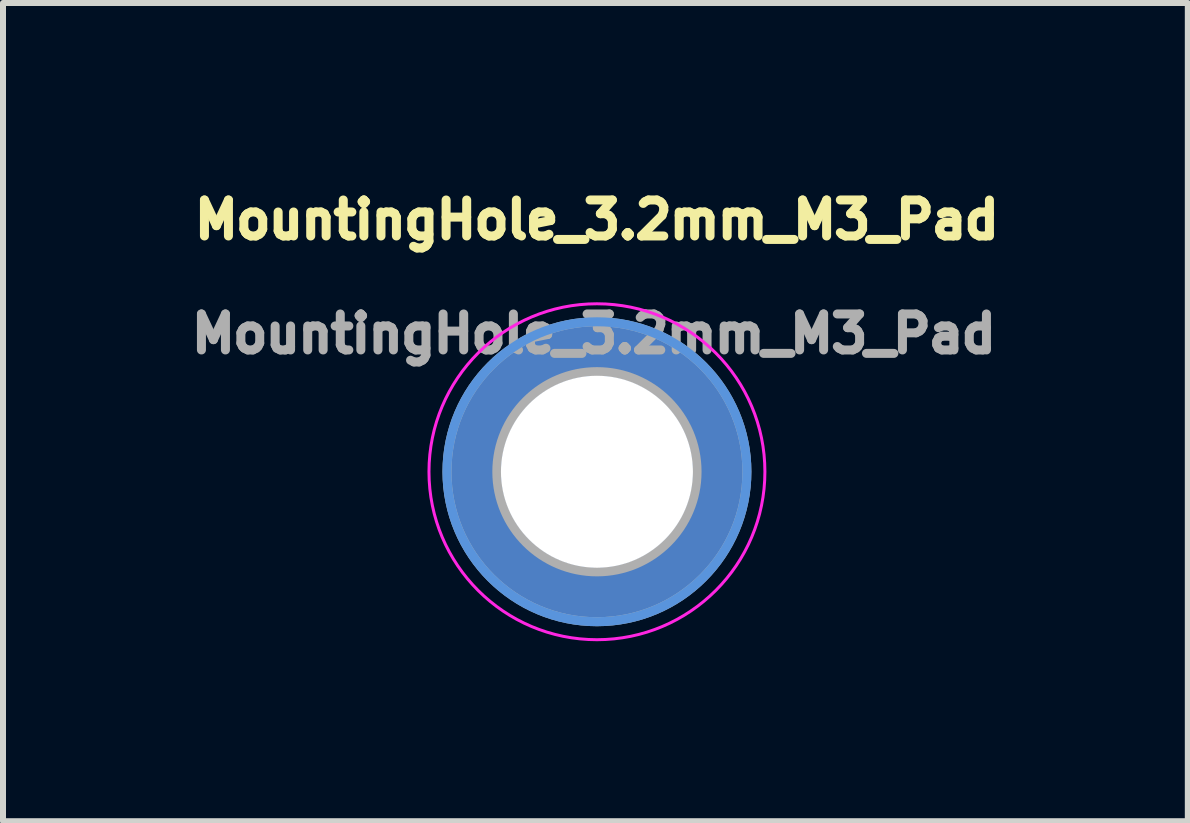
<source format=kicad_pcb>
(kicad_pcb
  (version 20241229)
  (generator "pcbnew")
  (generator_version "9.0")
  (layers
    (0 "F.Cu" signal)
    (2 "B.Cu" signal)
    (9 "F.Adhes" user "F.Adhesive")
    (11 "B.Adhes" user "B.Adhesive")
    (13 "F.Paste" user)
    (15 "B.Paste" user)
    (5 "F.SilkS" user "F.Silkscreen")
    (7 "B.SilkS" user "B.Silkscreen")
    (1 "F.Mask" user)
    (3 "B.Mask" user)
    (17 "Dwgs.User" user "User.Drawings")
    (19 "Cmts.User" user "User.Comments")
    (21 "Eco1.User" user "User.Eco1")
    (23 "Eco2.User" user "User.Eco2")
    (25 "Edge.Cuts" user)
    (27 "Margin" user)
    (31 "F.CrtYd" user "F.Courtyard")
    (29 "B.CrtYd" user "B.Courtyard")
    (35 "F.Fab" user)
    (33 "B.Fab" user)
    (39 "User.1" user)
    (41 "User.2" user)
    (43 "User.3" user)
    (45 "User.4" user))
  (footprint "MountingHole_3.2mm_M3_Pad"
    (layer "F.Cu")
    (at 6.901 4.814)
    (property "Reference" "MountingHole_3.2mm_M3_Pad" (at 0 -4.2 0) (layer "F.SilkS") (effects (font (size 0.6 0.6) (thickness 0.15))))
    (attr exclude_from_pos_files exclude_from_bom)
    (fp_circle (center 0 0) (end 2.5 0) (stroke (width 0.15) (type solid)) (fill no) (layer "Cmts.User"))
    (fp_circle (center 0 0) (end 2.8 0) (stroke (width 0.05) (type solid)) (fill no) (layer "F.CrtYd"))
    (fp_line (start -1.6 0) (end 1.55 0) (stroke (width 0.15) (type solid)) (layer "F.Fab"))
    (fp_line (start 0 1.55) (end 0 -1.6) (stroke (width 0.15) (type solid)) (layer "F.Fab"))
    (fp_circle (center 0 0) (end 1.65 0.25) (stroke (width 0.15) (type solid)) (fill no) (layer "F.Fab"))
    (fp_circle (center 0 0) (end 2.5 0) (stroke (width 0.15) (type solid)) (fill no) (layer "F.Fab"))
    (fp_text user "${REFERENCE}" (at -0.05 -2.3 0) (layer "F.Fab") (effects (font (size 0.6 0.6) (thickness 0.15))))
    (pad "1" thru_hole circle (at 0 0) (size 5 5) (drill 3.2) (layers "*.Cu" "*.Mask")))
  (gr_rect
    (start -3 -3)
    (end 16.751 10.639)
    (stroke (width 0.1) (type default))
    (fill no)
    (layer "Edge.Cuts")))
</source>
